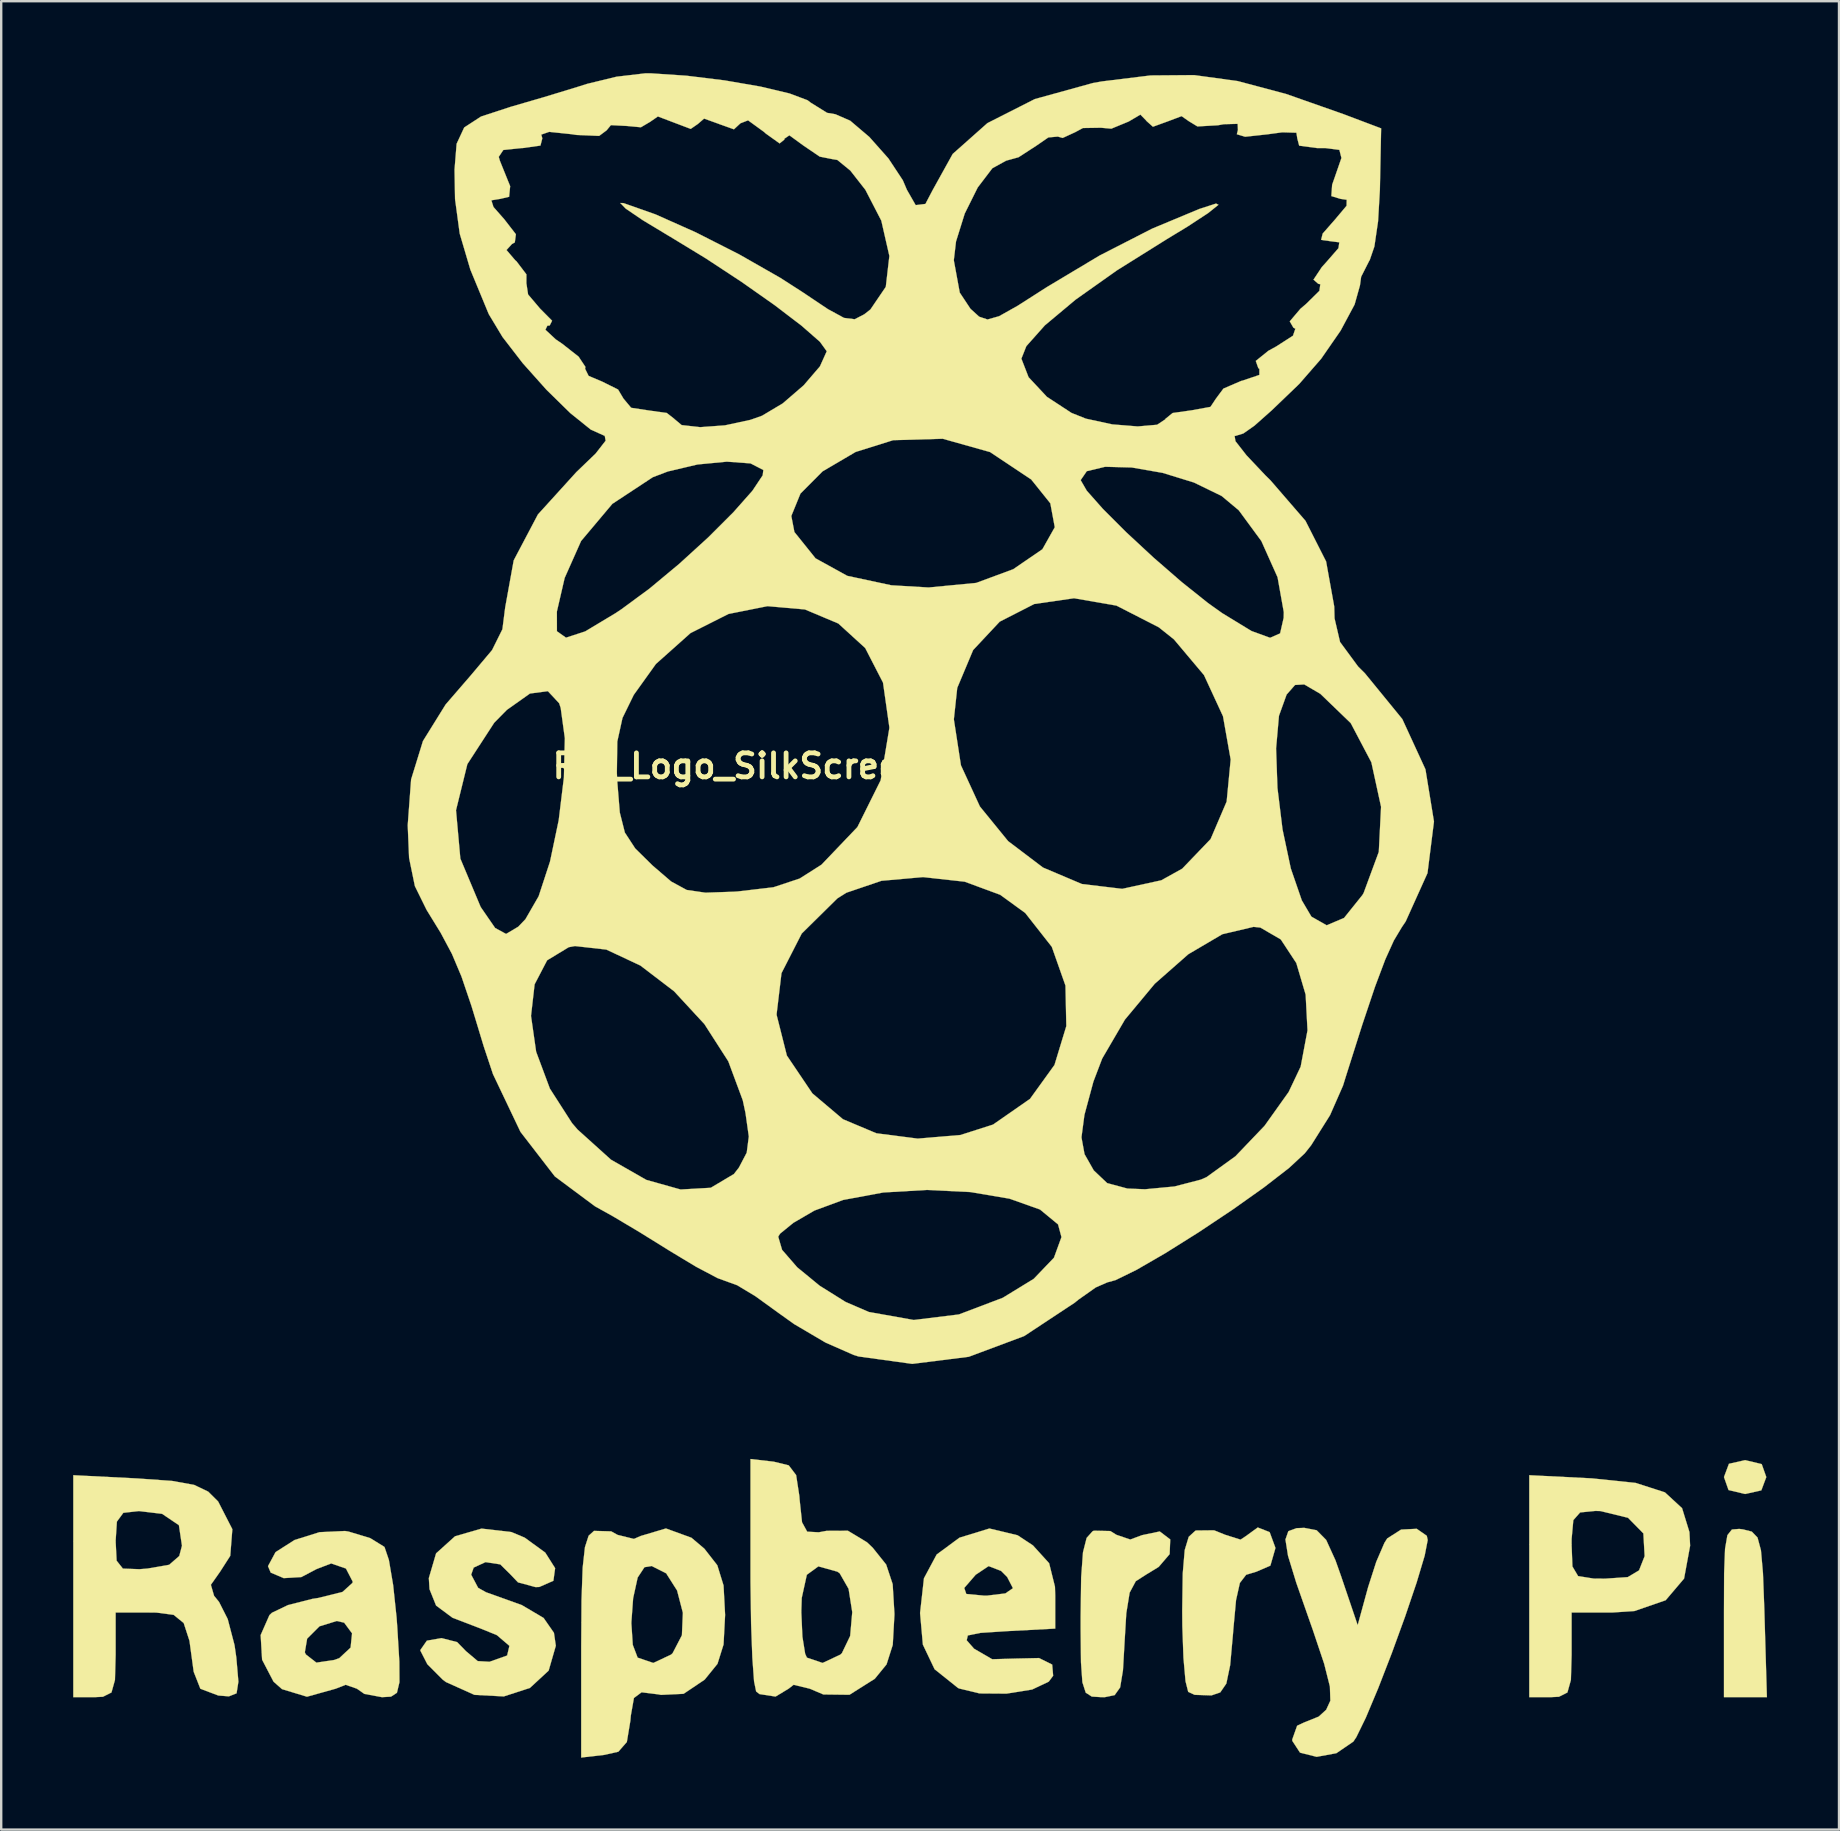
<source format=kicad_pcb>
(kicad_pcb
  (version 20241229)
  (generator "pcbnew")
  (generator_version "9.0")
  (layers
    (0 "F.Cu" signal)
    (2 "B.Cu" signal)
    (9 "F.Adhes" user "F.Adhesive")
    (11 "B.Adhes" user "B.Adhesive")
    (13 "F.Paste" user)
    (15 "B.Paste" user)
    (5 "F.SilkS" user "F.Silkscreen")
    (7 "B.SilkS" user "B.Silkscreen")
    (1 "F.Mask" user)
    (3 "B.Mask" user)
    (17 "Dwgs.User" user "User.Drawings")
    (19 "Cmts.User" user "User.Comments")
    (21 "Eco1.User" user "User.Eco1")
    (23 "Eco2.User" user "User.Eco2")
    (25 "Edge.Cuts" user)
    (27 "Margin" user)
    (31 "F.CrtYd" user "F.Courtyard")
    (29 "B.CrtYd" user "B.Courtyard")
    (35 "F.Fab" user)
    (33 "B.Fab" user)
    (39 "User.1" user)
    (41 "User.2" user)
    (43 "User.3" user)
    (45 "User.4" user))
  (footprint "RPi_Logo_SilkScreen"
    (layer "F.Cu")
    (at 35.283 35.224)
    (property "Reference" "RPi_Logo_SilkScreen" (at -7.62 -6.35 0) (layer "F.SilkS") (effects (font (size 1 1) (thickness 0.2))))
    (attr through_hole)
    (fp_poly (pts (xy 35.087 22.743) (xy 35.278 23.283) (xy 35.071 23.837) (xy 34.396 23.989) (xy 33.704 23.824) (xy 33.514 23.283) (xy 33.721 22.73) (xy 34.396 22.578) (xy 35.087 22.743)) (stroke (width 0.01) (type solid)) (fill yes) (layer "F.SilkS"))
    (fp_poly (pts (xy 34.308 25.464) (xy 34.674 25.557) (xy 34.912 25.803) (xy 35.055 26.334) (xy 35.139 27.287) (xy 35.196 28.794) (xy 35.202 29.016) (xy 35.303 32.456) (xy 33.514 32.456) (xy 33.514 28.903) (xy 33.52 27.297) (xy 33.559 26.271) (xy 33.657 25.704) (xy 33.845 25.469) (xy 34.151 25.444) (xy 34.308 25.464)) (stroke (width 0.01) (type solid)) (fill yes) (layer "F.SilkS"))
    (fp_poly (pts (xy 7.942 25.533) (xy 8.192 25.689) (xy 8.771 25.886) (xy 9.264 25.704) (xy 10 25.55) (xy 10.437 25.882) (xy 10.412 26.495) (xy 9.956 27.027) (xy 9.43 27.348) (xy 9 27.624) (xy 8.745 28.101) (xy 8.606 28.957) (xy 8.539 30.074) (xy 8.467 31.337) (xy 8.349 32.05) (xy 8.12 32.371) (xy 7.718 32.454) (xy 7.569 32.456) (xy 7.168 32.431) (xy 6.915 32.268) (xy 6.776 31.835) (xy 6.717 31.001) (xy 6.703 29.633) (xy 6.703 29.093) (xy 6.724 27.467) (xy 6.801 26.418) (xy 6.953 25.819) (xy 7.199 25.544) (xy 7.256 25.518) (xy 7.942 25.533)) (stroke (width 0.01) (type solid)) (fill yes) (layer "F.SilkS"))
    (fp_poly (pts (xy 14.58 25.578) (xy 14.816 26.22) (xy 14.817 26.257) (xy 14.61 26.974) (xy 14.023 27.228) (xy 13.6 27.355) (xy 13.339 27.695) (xy 13.18 28.406) (xy 13.065 29.646) (xy 13.053 29.81) (xy 12.934 31.124) (xy 12.775 31.888) (xy 12.522 32.257) (xy 12.156 32.382) (xy 11.455 32.359) (xy 11.186 32.235) (xy 11.074 31.792) (xy 10.988 30.818) (xy 10.941 29.492) (xy 10.936 28.858) (xy 10.958 27.306) (xy 11.041 26.323) (xy 11.207 25.774) (xy 11.48 25.523) (xy 11.512 25.51) (xy 12.264 25.502) (xy 12.73 25.69) (xy 13.367 25.891) (xy 13.586 25.746) (xy 14.085 25.384) (xy 14.58 25.578)) (stroke (width 0.01) (type solid)) (fill yes) (layer "F.SilkS"))
    (fp_poly (pts (xy 28.015 23.338) (xy 29.832 23.527) (xy 31.052 23.92) (xy 31.768 24.58) (xy 32.074 25.574) (xy 32.103 26.146) (xy 31.851 27.514) (xy 31.085 28.416) (xy 29.784 28.866) (xy 28.861 28.928) (xy 27.164 28.928) (xy 27.164 30.692) (xy 27.135 31.739) (xy 26.989 32.261) (xy 26.636 32.439) (xy 26.282 32.456) (xy 25.4 32.456) (xy 25.4 26.106) (xy 27.164 26.106) (xy 27.198 27.009) (xy 27.435 27.41) (xy 28.079 27.513) (xy 28.568 27.517) (xy 29.503 27.453) (xy 29.974 27.172) (xy 30.208 26.58) (xy 30.155 25.631) (xy 29.515 24.98) (xy 28.369 24.7) (xy 28.155 24.694) (xy 27.519 24.757) (xy 27.236 25.079) (xy 27.165 25.861) (xy 27.164 26.106) (xy 25.4 26.106) (xy 25.4 23.206) (xy 28.015 23.338)) (stroke (width 0.01) (type solid)) (fill yes) (layer "F.SilkS"))
    (fp_poly (pts (xy 16.539 25.5) (xy 16.935 25.902) (xy 17.325 26.758) (xy 17.562 27.428) (xy 18.249 29.457) (xy 18.684 27.869) (xy 19.022 26.817) (xy 19.364 26.024) (xy 19.48 25.841) (xy 20.059 25.472) (xy 20.709 25.439) (xy 21.129 25.731) (xy 21.167 25.909) (xy 21.041 26.558) (xy 20.706 27.677) (xy 20.228 29.089) (xy 19.672 30.617) (xy 19.104 32.083) (xy 18.588 33.311) (xy 18.191 34.124) (xy 18.068 34.308) (xy 17.361 34.791) (xy 16.539 34.942) (xy 15.846 34.768) (xy 15.525 34.278) (xy 15.522 34.219) (xy 15.725 33.647) (xy 16.008 33.514) (xy 16.625 33.265) (xy 16.937 32.98) (xy 17.11 32.604) (xy 17.091 32.012) (xy 16.853 31.066) (xy 16.371 29.63) (xy 16.275 29.358) (xy 15.689 27.686) (xy 15.346 26.565) (xy 15.238 25.885) (xy 15.36 25.538) (xy 15.703 25.413) (xy 16.022 25.4) (xy 16.539 25.5)) (stroke (width 0.01) (type solid)) (fill yes) (layer "F.SilkS"))
    (fp_poly (pts (xy 4.075 25.709) (xy 4.715 26.131) (xy 5.39 26.875) (xy 5.633 27.852) (xy 5.644 28.23) (xy 5.644 29.598) (xy 3.638 29.704) (xy 2.524 29.777) (xy 2.001 29.884) (xy 1.954 30.086) (xy 2.262 30.437) (xy 3.017 30.875) (xy 4.051 30.846) (xy 4.969 30.826) (xy 5.517 31.098) (xy 5.557 31.563) (xy 5.374 31.809) (xy 4.682 32.137) (xy 3.615 32.308) (xy 2.492 32.3) (xy 1.632 32.092) (xy 1.587 32.068) (xy 0.618 31.294) (xy 0.128 30.266) (xy 0.011 28.949) (xy 0.128 27.905) (xy 1.852 27.905) (xy 1.938 28.156) (xy 2.654 28.222) (xy 2.822 28.222) (xy 3.565 28.132) (xy 3.88 27.916) (xy 3.881 27.913) (xy 3.64 27.447) (xy 3.389 27.195) (xy 2.868 26.994) (xy 2.33 27.353) (xy 1.852 27.905) (xy 0.128 27.905) (xy 0.173 27.501) (xy 0.702 26.512) (xy 1.653 25.81) (xy 2.9 25.427) (xy 4.075 25.709)) (stroke (width 0.01) (type solid)) (fill yes) (layer "F.SilkS"))
    (fp_poly (pts (xy -17.019 25.575) (xy -16.469 25.806) (xy -15.609 26.431) (xy -15.198 27.08) (xy -15.27 27.605) (xy -15.856 27.863) (xy -16.014 27.869) (xy -16.745 27.672) (xy -17.061 27.34) (xy -17.484 26.922) (xy -18.1 26.828) (xy -18.592 27.055) (xy -18.697 27.351) (xy -18.406 27.9) (xy -18.08 28.083) (xy -16.585 28.619) (xy -15.678 29.155) (xy -15.247 29.775) (xy -15.169 30.313) (xy -15.468 31.349) (xy -16.248 32.07) (xy -17.337 32.425) (xy -18.561 32.36) (xy -19.748 31.826) (xy -19.884 31.724) (xy -20.524 31.082) (xy -20.813 30.518) (xy -20.814 30.49) (xy -20.543 30.101) (xy -19.931 29.995) (xy -19.281 30.162) (xy -18.913 30.54) (xy -18.423 30.953) (xy -17.933 30.981) (xy -17.198 30.72) (xy -17.103 30.317) (xy -17.626 29.871) (xy -18.238 29.621) (xy -19.475 29.146) (xy -20.159 28.638) (xy -20.433 27.956) (xy -20.461 27.493) (xy -20.159 26.463) (xy -19.369 25.751) (xy -18.264 25.431) (xy -17.019 25.575)) (stroke (width 0.01) (type solid)) (fill yes) (layer "F.SilkS"))
    (fp_poly (pts (xy -32.594 23.342) (xy -31.16 23.444) (xy -30.244 23.609) (xy -29.656 23.89) (xy -29.242 24.301) (xy -28.65 25.456) (xy -28.737 26.565) (xy -29.159 27.224) (xy -29.545 27.773) (xy -29.412 28.231) (xy -29.204 28.487) (xy -28.843 29.201) (xy -28.559 30.287) (xy -28.485 30.799) (xy -28.398 31.812) (xy -28.474 32.295) (xy -28.794 32.422) (xy -29.234 32.387) (xy -29.982 32.106) (xy -30.261 31.397) (xy -30.437 30.106) (xy -30.678 29.366) (xy -31.098 29.025) (xy -31.812 28.931) (xy -32.109 28.928) (xy -33.514 28.928) (xy -33.514 30.692) (xy -33.542 31.739) (xy -33.688 32.261) (xy -34.042 32.439) (xy -34.396 32.456) (xy -35.278 32.456) (xy -35.278 25.95) (xy -33.514 25.95) (xy -33.473 26.768) (xy -33.212 27.098) (xy -32.522 27.123) (xy -32.191 27.097) (xy -31.282 26.939) (xy -30.862 26.572) (xy -30.749 26.145) (xy -30.877 25.289) (xy -31.577 24.816) (xy -32.544 24.7) (xy -33.193 24.773) (xy -33.462 25.14) (xy -33.514 25.95) (xy -35.278 25.95) (xy -35.278 23.206) (xy -32.594 23.342)) (stroke (width 0.01) (type solid)) (fill yes) (layer "F.SilkS"))
    (fp_poly (pts (xy -9.517 25.812) (xy -8.98 26.266) (xy -8.439 26.959) (xy -8.179 27.801) (xy -8.114 29.027) (xy -8.179 30.261) (xy -8.431 31.066) (xy -8.956 31.713) (xy -8.981 31.736) (xy -9.844 32.316) (xy -10.785 32.361) (xy -10.9 32.339) (xy -11.595 32.253) (xy -11.914 32.49) (xy -12.043 33.223) (xy -12.062 33.439) (xy -12.209 34.324) (xy -12.563 34.729) (xy -13.141 34.86) (xy -14.111 34.972) (xy -14.111 30.351) (xy -14.104 29.358) (xy -12.022 29.358) (xy -11.962 30.277) (xy -11.759 30.809) (xy -11.106 31.03) (xy -10.367 30.683) (xy -10.301 30.621) (xy -9.914 29.876) (xy -9.874 28.939) (xy -10.115 28.011) (xy -10.57 27.295) (xy -11.174 26.99) (xy -11.475 27.04) (xy -11.758 27.47) (xy -11.947 28.332) (xy -12.022 29.358) (xy -14.104 29.358) (xy -14.098 28.408) (xy -14.05 27.061) (xy -13.955 26.204) (xy -13.802 25.728) (xy -13.578 25.526) (xy -13.577 25.526) (xy -12.86 25.546) (xy -12.595 25.693) (xy -11.914 25.861) (xy -11.63 25.738) (xy -10.58 25.425) (xy -9.517 25.812)) (stroke (width 0.01) (type solid)) (fill yes) (layer "F.SilkS"))
    (fp_poly (pts (xy -6.085 22.643) (xy -5.462 22.795) (xy -5.154 23.201) (xy -5.02 24.073) (xy -5.007 24.241) (xy -4.908 25.168) (xy -4.693 25.559) (xy -4.213 25.585) (xy -3.884 25.524) (xy -2.997 25.52) (xy -2.201 26.001) (xy -1.964 26.226) (xy -1.402 26.928) (xy -1.131 27.746) (xy -1.058 28.966) (xy -1.058 29.027) (xy -1.127 30.277) (xy -1.386 31.09) (xy -1.875 31.689) (xy -2.931 32.356) (xy -4.02 32.343) (xy -4.588 32.102) (xy -5.259 31.94) (xy -5.467 32.102) (xy -6.012 32.431) (xy -6.679 32.328) (xy -6.82 32.22) (xy -6.907 31.799) (xy -6.979 30.809) (xy -7.031 29.39) (xy -7.038 28.898) (xy -4.939 28.898) (xy -4.893 29.934) (xy -4.777 30.652) (xy -4.704 30.809) (xy -4.051 31.03) (xy -3.311 30.683) (xy -3.246 30.621) (xy -2.902 29.905) (xy -2.815 28.912) (xy -2.968 27.941) (xy -3.342 27.288) (xy -3.44 27.224) (xy -4.227 27.005) (xy -4.708 27.355) (xy -4.92 28.318) (xy -4.939 28.898) (xy -7.038 28.898) (xy -7.055 27.678) (xy -7.056 27.258) (xy -7.056 22.531) (xy -6.085 22.643)) (stroke (width 0.01) (type solid)) (fill yes) (layer "F.SilkS"))
    (fp_poly (pts (xy -23.805 25.555) (xy -22.904 25.828) (xy -22.319 26.189) (xy -22.307 26.203) (xy -22.126 26.739) (xy -21.949 27.782) (xy -21.806 29.134) (xy -21.776 29.545) (xy -21.691 30.97) (xy -21.686 31.832) (xy -21.791 32.273) (xy -22.038 32.434) (xy -22.414 32.456) (xy -23.148 32.32) (xy -23.46 32.102) (xy -23.929 31.94) (xy -24.34 32.102) (xy -25.54 32.437) (xy -26.581 32.121) (xy -26.933 31.81) (xy -27.41 30.895) (xy -27.428 30.586) (xy -25.629 30.586) (xy -25.586 30.676) (xy -25.147 31.017) (xy -24.4 30.905) (xy -24.194 30.83) (xy -23.722 30.39) (xy -23.661 29.796) (xy -23.99 29.351) (xy -24.298 29.281) (xy -25.018 29.503) (xy -25.533 30.016) (xy -25.629 30.586) (xy -27.428 30.586) (xy -27.47 29.868) (xy -27.104 29.037) (xy -27.001 28.939) (xy -26.331 28.618) (xy -25.317 28.36) (xy -25.061 28.32) (xy -24.058 28.07) (xy -23.642 27.691) (xy -23.636 27.636) (xy -23.916 27.095) (xy -24.531 26.883) (xy -25.141 27.117) (xy -25.141 27.117) (xy -25.775 27.451) (xy -26.508 27.495) (xy -27.051 27.265) (xy -27.164 26.997) (xy -26.849 26.411) (xy -26.057 25.906) (xy -25.016 25.58) (xy -23.954 25.531) (xy -23.805 25.555)) (stroke (width 0.01) (type solid)) (fill yes) (layer "F.SilkS"))
    (fp_poly (pts (xy -9.718 -35.118) (xy -8.131 -34.923) (xy -6.642 -34.666) (xy -5.431 -34.379) (xy -4.677 -34.096) (xy -4.546 -33.995) (xy -3.863 -33.571) (xy -3.521 -33.514) (xy -2.901 -33.244) (xy -2.102 -32.565) (xy -1.309 -31.672) (xy -0.707 -30.76) (xy -0.537 -30.362) (xy -0.172 -29.725) (xy 0.234 -29.775) (xy 0.53 -30.341) (xy 1.371 -31.858) (xy 2.818 -33.143) (xy 4.793 -34.145) (xy 7.222 -34.816) (xy 7.599 -34.882) (xy 9.619 -35.13) (xy 11.432 -35.144) (xy 13.244 -34.896) (xy 15.262 -34.359) (xy 17.639 -33.523) (xy 19.226 -32.924) (xy 19.174 -30.362) (xy 19.098 -29.05) (xy 18.945 -28.002) (xy 18.749 -27.43) (xy 18.733 -27.411) (xy 18.393 -26.74) (xy 18.344 -26.381) (xy 18.121 -25.585) (xy 17.537 -24.494) (xy 16.726 -23.322) (xy 15.818 -22.28) (xy 15.762 -22.225) (xy 14.666 -21.173) (xy 13.945 -20.533) (xy 13.483 -20.209) (xy 13.163 -20.11) (xy 13.119 -20.108) (xy 13.155 -19.887) (xy 13.613 -19.301) (xy 14.401 -18.466) (xy 14.614 -18.256) (xy 16.074 -16.568) (xy 16.933 -14.874) (xy 17.271 -12.998) (xy 17.284 -12.505) (xy 17.514 -11.518) (xy 18.267 -10.496) (xy 18.552 -10.212) (xy 20.109 -8.306) (xy 21.073 -6.211) (xy 21.428 -4.036) (xy 21.158 -1.887) (xy 20.249 0.128) (xy 20.088 0.367) (xy 19.756 0.922) (xy 19.398 1.713) (xy 18.972 2.846) (xy 18.441 4.428) (xy 17.763 6.565) (xy 17.637 6.971) (xy 17.097 8.201) (xy 16.311 9.453) (xy 16.041 9.794) (xy 15.388 10.401) (xy 14.338 11.214) (xy 13.034 12.139) (xy 11.62 13.082) (xy 10.24 13.948) (xy 9.037 14.644) (xy 8.157 15.075) (xy 7.814 15.169) (xy 7.334 15.379) (xy 6.603 15.895) (xy 6.457 16.015) (xy 4.35 17.407) (xy 2.04 18.27) (xy -0.314 18.566) (xy -2.554 18.257) (xy -2.755 18.195) (xy -3.927 17.679) (xy -5.237 16.908) (xy -5.899 16.435) (xy -6.847 15.749) (xy -7.61 15.289) (xy -7.941 15.169) (xy -8.43 14.991) (xy -9.317 14.522) (xy -10.412 13.863) (xy -10.44 13.845) (xy -11.376 13.264) (xy -5.901 13.264) (xy -5.74 13.813) (xy -5.11 14.54) (xy -4.173 15.309) (xy -3.094 15.984) (xy -2.125 16.403) (xy -0.251 16.737) (xy 1.629 16.506) (xy 3.458 15.812) (xy 4.748 15.022) (xy 5.591 14.142) (xy 5.904 13.282) (xy 5.762 12.753) (xy 5.01 12.133) (xy 3.738 11.681) (xy 2.113 11.406) (xy 0.304 11.317) (xy -1.521 11.423) (xy -3.195 11.734) (xy -4.391 12.176) (xy -5.267 12.686) (xy -5.822 13.138) (xy -5.901 13.264) (xy -11.376 13.264) (xy -11.664 13.085) (xy -12.8 12.409) (xy -13.536 11.999) (xy -15.209 10.754) (xy -16.642 8.897) (xy -17.788 6.491) (xy -18.171 5.341) (xy -18.558 4.064) (xy -16.203 4.064) (xy -15.989 5.559) (xy -15.417 7.093) (xy -14.494 8.531) (xy -14.262 8.801) (xy -12.869 10.057) (xy -11.396 10.899) (xy -9.969 11.299) (xy -8.711 11.227) (xy -7.748 10.654) (xy -7.541 10.389) (xy -7.213 9.763) (xy -7.126 9.091) (xy -7.264 8.112) (xy -7.378 7.58) (xy -7.981 5.956) (xy -8.977 4.405) (xy -9.34 4.012) (xy -5.97 4.012) (xy -5.54 5.717) (xy -4.477 7.293) (xy -3.203 8.37) (xy -1.81 8.956) (xy -0.086 9.178) (xy 0.531 9.126) (xy 6.737 9.126) (xy 6.865 9.825) (xy 7.245 10.495) (xy 7.252 10.505) (xy 7.808 11.032) (xy 8.65 11.259) (xy 9.386 11.289) (xy 10.614 11.173) (xy 11.717 10.886) (xy 11.95 10.783) (xy 13.154 9.914) (xy 14.369 8.643) (xy 15.372 7.235) (xy 15.873 6.179) (xy 16.158 4.668) (xy 16.08 3.177) (xy 15.691 1.861) (xy 15.044 0.877) (xy 14.192 0.382) (xy 13.909 0.353) (xy 12.608 0.66) (xy 11.19 1.494) (xy 9.792 2.724) (xy 8.55 4.216) (xy 7.601 5.841) (xy 7.235 6.801) (xy 6.861 8.188) (xy 6.737 9.126) (xy 0.531 9.126) (xy 1.693 9.028) (xy 3.053 8.593) (xy 4.593 7.522) (xy 5.613 6.108) (xy 6.106 4.489) (xy 6.071 2.802) (xy 5.501 1.185) (xy 4.394 -0.225) (xy 3.351 -0.983) (xy 1.872 -1.529) (xy 0.135 -1.721) (xy -1.596 -1.567) (xy -3.057 -1.071) (xy -3.436 -0.833) (xy -4.921 0.632) (xy -5.764 2.282) (xy -5.97 4.012) (xy -9.34 4.012) (xy -10.241 3.037) (xy -11.645 1.965) (xy -13.064 1.3) (xy -14.371 1.153) (xy -14.631 1.201) (xy -15.531 1.747) (xy -16.053 2.748) (xy -16.203 4.064) (xy -18.558 4.064) (xy -18.686 3.645) (xy -19.1 2.425) (xy -19.499 1.479) (xy -19.967 0.602) (xy -20.554 -0.353) (xy -21.043 -1.346) (xy -21.284 -2.518) (xy -21.341 -3.881) (xy -21.295 -4.507) (xy -19.329 -4.507) (xy -19.148 -2.492) (xy -18.307 -0.489) (xy -18.278 -0.441) (xy -17.698 0.4) (xy -17.242 0.648) (xy -16.735 0.347) (xy -16.436 0.035) (xy -15.885 -0.921) (xy -15.411 -2.368) (xy -15.049 -4.09) (xy -14.832 -5.875) (xy -14.828 -6.066) (xy -12.625 -6.066) (xy -12.607 -5.688) (xy -12.503 -4.412) (xy -12.292 -3.576) (xy -11.861 -2.916) (xy -11.144 -2.209) (xy -10.362 -1.537) (xy -9.715 -1.185) (xy -8.933 -1.071) (xy -7.746 -1.112) (xy -7.59 -1.122) (xy -6.1 -1.297) (xy -5.007 -1.66) (xy -4.096 -2.239) (xy -2.6 -3.806) (xy -1.631 -5.755) (xy -1.271 -7.92) (xy -1.27 -7.972) (xy -1.316 -8.296) (xy 1.419 -8.296) (xy 1.714 -6.38) (xy 2.504 -4.664) (xy 3.68 -3.22) (xy 5.134 -2.119) (xy 6.755 -1.432) (xy 8.435 -1.231) (xy 10.064 -1.587) (xy 10.936 -2.072) (xy 12.119 -3.305) (xy 12.788 -4.868) (xy 12.956 -6.62) (xy 12.874 -7.082) (xy 14.848 -7.082) (xy 14.905 -5.438) (xy 15.117 -3.706) (xy 15.462 -2.079) (xy 15.92 -0.751) (xy 16.32 -0.073) (xy 16.956 0.288) (xy 17.681 -0.019) (xy 18.444 -0.97) (xy 18.496 -1.057) (xy 19.129 -2.772) (xy 19.223 -4.651) (xy 18.819 -6.504) (xy 17.959 -8.138) (xy 16.692 -9.359) (xy 16.021 -9.751) (xy 15.638 -9.728) (xy 15.287 -9.328) (xy 14.968 -8.443) (xy 14.848 -7.082) (xy 12.874 -7.082) (xy 12.636 -8.424) (xy 11.843 -10.14) (xy 10.59 -11.629) (xy 9.959 -12.132) (xy 8.196 -13.035) (xy 6.428 -13.342) (xy 4.769 -13.102) (xy 3.33 -12.366) (xy 2.223 -11.184) (xy 1.56 -9.606) (xy 1.419 -8.296) (xy -1.316 -8.296) (xy -1.533 -9.825) (xy -2.276 -11.268) (xy -3.395 -12.289) (xy -4.787 -12.875) (xy -6.347 -13.012) (xy -7.971 -12.688) (xy -9.556 -11.89) (xy -10.998 -10.603) (xy -11.921 -9.315) (xy -12.391 -8.353) (xy -12.607 -7.371) (xy -12.625 -6.066) (xy -14.828 -6.066) (xy -14.793 -7.507) (xy -14.966 -8.773) (xy -15.031 -8.967) (xy -15.5 -9.469) (xy -16.247 -9.371) (xy -17.209 -8.69) (xy -17.736 -8.155) (xy -18.856 -6.429) (xy -19.329 -4.507) (xy -21.295 -4.507) (xy -21.2 -5.792) (xy -20.706 -7.392) (xy -19.761 -8.914) (xy -18.699 -10.143) (xy -17.826 -11.181) (xy -17.395 -12.048) (xy -17.301 -12.787) (xy -15.125 -12.787) (xy -15.123 -11.966) (xy -14.745 -11.699) (xy -13.945 -11.96) (xy -12.676 -12.722) (xy -12.429 -12.887) (xy -11.265 -13.744) (xy -10.027 -14.775) (xy -8.825 -15.871) (xy -7.925 -16.77) (xy -5.355 -16.77) (xy -5.226 -16.102) (xy -4.345 -15.005) (xy -3.024 -14.276) (xy -1.186 -13.882) (xy 0.366 -13.79) (xy 2.351 -13.981) (xy 3.894 -14.552) (xy 5.109 -15.384) (xy 5.625 -16.301) (xy 5.44 -17.298) (xy 4.665 -18.265) (xy 6.703 -18.265) (xy 6.956 -17.827) (xy 7.63 -17.065) (xy 8.599 -16.096) (xy 9.737 -15.04) (xy 10.915 -14.017) (xy 12.008 -13.144) (xy 12.602 -12.721) (xy 13.823 -11.976) (xy 14.598 -11.694) (xy 15.016 -11.877) (xy 15.164 -12.525) (xy 15.169 -12.765) (xy 14.91 -14.217) (xy 14.234 -15.727) (xy 13.293 -17.008) (xy 12.576 -17.606) (xy 11.423 -18.166) (xy 10.121 -18.567) (xy 8.833 -18.792) (xy 7.724 -18.821) (xy 6.96 -18.638) (xy 6.703 -18.265) (xy 4.665 -18.265) (xy 4.644 -18.291) (xy 2.929 -19.434) (xy 0.955 -19.989) (xy -1.11 -19.929) (xy -2.674 -19.439) (xy -4.053 -18.629) (xy -4.974 -17.704) (xy -5.355 -16.77) (xy -7.925 -16.77) (xy -7.771 -16.923) (xy -6.975 -17.823) (xy -6.548 -18.463) (xy -6.52 -18.687) (xy -7.055 -18.962) (xy -8.042 -19.034) (xy -9.263 -18.917) (xy -10.499 -18.626) (xy -11.127 -18.387) (xy -12.814 -17.276) (xy -14.116 -15.728) (xy -14.801 -14.188) (xy -15.125 -12.787) (xy -17.301 -12.787) (xy -17.278 -12.965) (xy -16.924 -14.921) (xy -15.915 -16.834) (xy -14.304 -18.609) (xy -14.288 -18.623) (xy -13.509 -19.373) (xy -13.093 -19.907) (xy -13.129 -20.108) (xy -13.711 -20.37) (xy -14.567 -21.059) (xy -15.558 -22.03) (xy -16.545 -23.135) (xy -17.391 -24.231) (xy -17.956 -25.17) (xy -17.976 -25.212) (xy -18.731 -27.038) (xy -19.174 -28.538) (xy -19.362 -29.926) (xy -17.856 -29.926) (xy -17.767 -29.647) (xy -17.322 -29.142) (xy -16.833 -28.511) (xy -16.878 -28.171) (xy -16.996 -28.106) (xy -17.225 -27.854) (xy -16.862 -27.429) (xy -16.81 -27.386) (xy -16.395 -26.84) (xy -16.396 -26.472) (xy -16.325 -26.002) (xy -15.822 -25.409) (xy -15.814 -25.402) (xy -15.324 -24.908) (xy -15.425 -24.709) (xy -15.522 -24.7) (xy -15.603 -24.531) (xy -15.17 -24.129) (xy -14.905 -23.949) (xy -14.22 -23.411) (xy -13.935 -22.983) (xy -13.95 -22.907) (xy -13.802 -22.609) (xy -13.244 -22.373) (xy -12.575 -22.041) (xy -12.347 -21.658) (xy -12.029 -21.279) (xy -11.289 -21.167) (xy -10.546 -21.064) (xy -10.231 -20.818) (xy -10.231 -20.814) (xy -9.925 -20.558) (xy -9.151 -20.472) (xy -8.123 -20.547) (xy -7.056 -20.777) (xy -6.574 -20.948) (xy -5.708 -21.465) (xy -4.838 -22.217) (xy -4.162 -23.005) (xy -3.881 -23.628) (xy -3.881 -23.641) (xy -4.162 -24.03) (xy -4.926 -24.699) (xy -6.054 -25.56) (xy -7.426 -26.525) (xy -8.921 -27.508) (xy -10.421 -28.421) (xy -10.453 -28.439) (xy -11.552 -29.102) (xy -12.257 -29.581) (xy -12.482 -29.814) (xy -12.347 -29.809) (xy -11.016 -29.34) (xy -9.33 -28.588) (xy -7.521 -27.669) (xy -5.816 -26.696) (xy -4.904 -26.11) (xy -3.83 -25.391) (xy -3.16 -25.026) (xy -2.714 -24.969) (xy -2.315 -25.175) (xy -2.057 -25.378) (xy -1.417 -26.32) (xy -1.289 -27.428) (xy 1.417 -27.428) (xy 1.665 -26.079) (xy 2.112 -25.404) (xy 2.474 -25.076) (xy 2.821 -24.959) (xy 3.305 -25.096) (xy 4.077 -25.53) (xy 5.289 -26.305) (xy 5.299 -26.311) (xy 7.493 -27.624) (xy 9.683 -28.745) (xy 11.647 -29.564) (xy 12.347 -29.791) (xy 12.447 -29.739) (xy 12.019 -29.396) (xy 11.146 -28.824) (xy 10.302 -28.312) (xy 8.214 -27.006) (xy 6.494 -25.788) (xy 5.213 -24.716) (xy 4.439 -23.847) (xy 4.233 -23.327) (xy 4.533 -22.554) (xy 5.296 -21.737) (xy 6.322 -21.065) (xy 6.921 -20.826) (xy 8.024 -20.587) (xy 9.083 -20.502) (xy 9.889 -20.572) (xy 10.23 -20.797) (xy 10.231 -20.814) (xy 10.537 -21.062) (xy 11.276 -21.167) (xy 11.289 -21.167) (xy 12.113 -21.317) (xy 12.347 -21.668) (xy 12.654 -22.08) (xy 13.396 -22.399) (xy 13.453 -22.412) (xy 14.152 -22.649) (xy 14.152 -22.902) (xy 14.107 -22.933) (xy 14.002 -23.232) (xy 14.527 -23.655) (xy 14.853 -23.834) (xy 15.552 -24.283) (xy 15.652 -24.574) (xy 15.57 -24.618) (xy 15.418 -24.881) (xy 15.863 -25.406) (xy 16.099 -25.607) (xy 16.653 -26.152) (xy 16.692 -26.429) (xy 16.607 -26.446) (xy 16.407 -26.619) (xy 16.757 -27.146) (xy 16.933 -27.34) (xy 17.447 -27.93) (xy 17.483 -28.175) (xy 17.11 -28.222) (xy 16.725 -28.277) (xy 16.79 -28.539) (xy 17.286 -29.104) (xy 17.786 -29.698) (xy 17.791 -29.949) (xy 17.533 -29.986) (xy 17.152 -30.102) (xy 17.184 -30.574) (xy 17.295 -30.891) (xy 17.572 -31.691) (xy 17.486 -32.028) (xy 16.916 -32.102) (xy 16.56 -32.103) (xy 15.811 -32.203) (xy 15.731 -32.508) (xy 15.732 -32.509) (xy 15.695 -32.743) (xy 15.107 -32.76) (xy 14.492 -32.677) (xy 13.558 -32.575) (xy 13.213 -32.679) (xy 13.258 -32.855) (xy 13.247 -33.113) (xy 12.67 -33.098) (xy 12.427 -33.054) (xy 11.57 -33.005) (xy 11.209 -33.225) (xy 10.91 -33.434) (xy 10.33 -33.215) (xy 9.715 -32.992) (xy 9.438 -33.24) (xy 9.434 -33.252) (xy 9.194 -33.498) (xy 8.705 -33.21) (xy 7.983 -32.912) (xy 7.545 -32.951) (xy 6.799 -32.939) (xy 6.473 -32.764) (xy 5.953 -32.525) (xy 5.753 -32.582) (xy 5.358 -32.547) (xy 4.848 -32.196) (xy 4.115 -31.721) (xy 3.597 -31.578) (xy 3.024 -31.263) (xy 2.413 -30.46) (xy 1.873 -29.375) (xy 1.509 -28.21) (xy 1.417 -27.428) (xy -1.289 -27.428) (xy -1.268 -27.606) (xy -1.604 -29.078) (xy -2.268 -30.364) (xy -2.896 -31.166) (xy -3.438 -31.609) (xy -3.636 -31.641) (xy -4.171 -31.747) (xy -4.851 -32.209) (xy -5.435 -32.635) (xy -5.643 -32.493) (xy -5.644 -32.456) (xy -5.842 -32.297) (xy -6.42 -32.71) (xy -6.488 -32.773) (xy -7.157 -33.259) (xy -7.475 -33.136) (xy -7.746 -32.885) (xy -8.36 -33.104) (xy -8.367 -33.108) (xy -8.99 -33.332) (xy -9.249 -33.108) (xy -9.547 -32.902) (xy -10.231 -33.161) (xy -10.915 -33.421) (xy -11.212 -33.216) (xy -11.213 -33.212) (xy -11.623 -32.97) (xy -12.2 -33.024) (xy -12.874 -33.059) (xy -13.053 -32.842) (xy -13.364 -32.61) (xy -14.308 -32.65) (xy -14.518 -32.682) (xy -15.446 -32.779) (xy -15.776 -32.665) (xy -15.732 -32.509) (xy -15.81 -32.207) (xy -16.553 -32.103) (xy -16.597 -32.103) (xy -17.358 -32.023) (xy -17.548 -31.737) (xy -17.5 -31.574) (xy -17.165 -30.744) (xy -17.072 -30.515) (xy -17.116 -30.073) (xy -17.486 -29.986) (xy -17.856 -29.926) (xy -19.362 -29.926) (xy -19.369 -29.979) (xy -19.39 -31.207) (xy -19.303 -32.282) (xy -18.987 -32.961) (xy -18.286 -33.417) (xy -17.049 -33.822) (xy -15.661 -34.226) (xy -14.255 -34.655) (xy -13.87 -34.777) (xy -12.638 -35.077) (xy -11.447 -35.217) (xy -11.225 -35.219) (xy -9.718 -35.118)) (stroke (width 0.01) (type solid)) (fill yes) (layer "F.SilkS")))
  (gr_rect
    (start -3 -3)
    (end 73.591 73.2)
    (stroke (width 0.1) (type default))
    (fill no)
    (layer "Edge.Cuts")))
</source>
